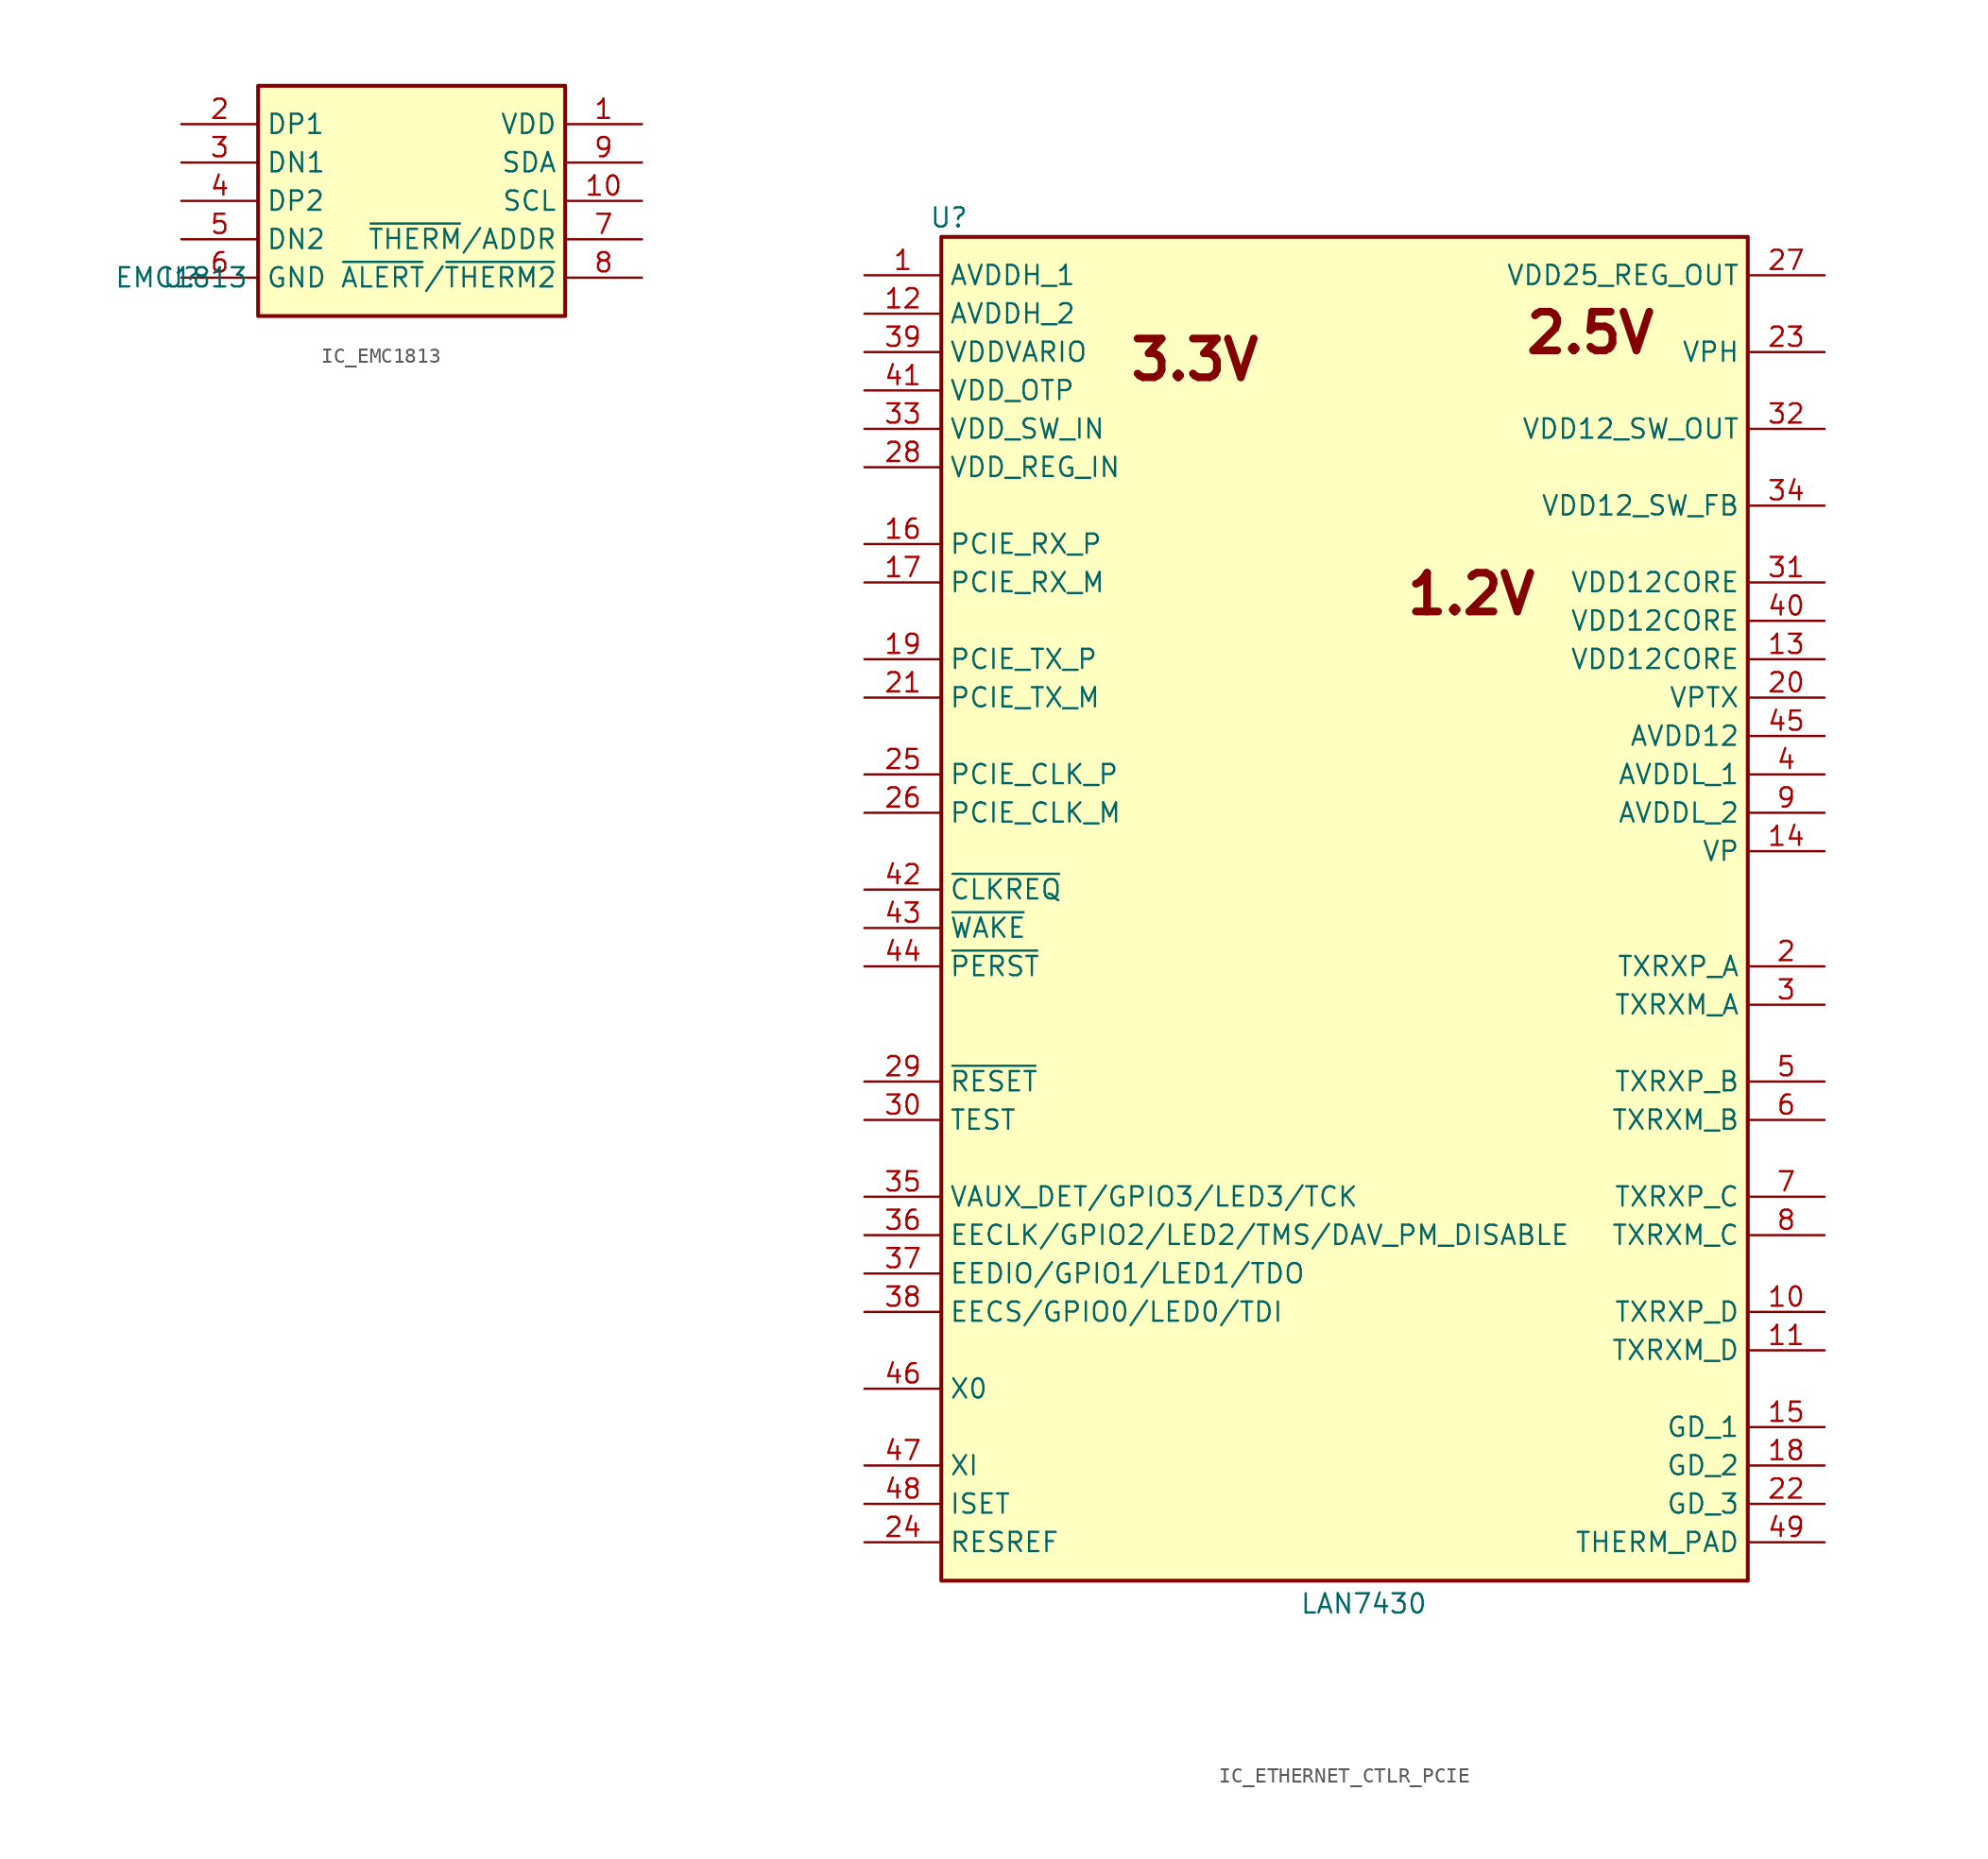
<source format=kicad_sym>
(kicad_symbol_lib
  (version 20231120)
  (generator "kicad_symbol_editor")
  (generator_version "8.0")
  (symbol "IC_EMC1813"
    (property "Reference" "U"
      (at 0 0 0)
      (effects (font (size 1.27 1.27))))
    (property "Value" "EMC1813"
      (at 0 0 0)
      (effects (font (size 1.27 1.27))))
    (symbol "IC_EMC1813_0_1"
      (rectangle (start 5.08 12.7) (end 25.4 -2.54) (stroke (width 0.254) (type default)) (fill (type background))))
    (symbol "IC_EMC1813_1_1"
      (pin power_in line (at 30.48 10.16 180) (length 5.08) (name "VDD" (effects (font (size 1.27 1.27)))) (number "1" (effects (font (size 1.27 1.27)))))
      (pin passive line (at 30.48 5.08 180) (length 5.08) (name "SCL" (effects (font (size 1.27 1.27)))) (number "10" (effects (font (size 1.27 1.27)))))
      (pin passive line (at 0 10.16 0) (length 5.08) (name "DP1" (effects (font (size 1.27 1.27)))) (number "2" (effects (font (size 1.27 1.27)))))
      (pin passive line (at 0 7.62 0) (length 5.08) (name "DN1" (effects (font (size 1.27 1.27)))) (number "3" (effects (font (size 1.27 1.27)))))
      (pin passive line (at 0 5.08 0) (length 5.08) (name "DP2" (effects (font (size 1.27 1.27)))) (number "4" (effects (font (size 1.27 1.27)))))
      (pin passive line (at 0 2.54 0) (length 5.08) (name "DN2" (effects (font (size 1.27 1.27)))) (number "5" (effects (font (size 1.27 1.27)))))
      (pin power_in line (at 0 0 0) (length 5.08) (name "GND" (effects (font (size 1.27 1.27)))) (number "6" (effects (font (size 1.27 1.27)))))
      (pin open_collector line (at 30.48 2.54 180) (length 5.08) (name "~{THERM}/ADDR" (effects (font (size 1.27 1.27)))) (number "7" (effects (font (size 1.27 1.27)))))
      (pin open_collector line (at 30.48 0 180) (length 5.08) (name "~{ALERT}/~{THERM2}" (effects (font (size 1.27 1.27)))) (number "8" (effects (font (size 1.27 1.27)))))
      (pin passive line (at 30.48 7.62 180) (length 5.08) (name "SDA" (effects (font (size 1.27 1.27)))) (number "9" (effects (font (size 1.27 1.27)))))))
  (symbol "IC_ETHERNET_CTLR_PCIE"
    (property "Reference" "U"
      (at 5.588 87.63 0)
      (effects (font (size 1.27 1.27))))
    (property "Value" "LAN7430"
      (at 33.02 -4.064 0)
      (effects (font (size 1.27 1.27))))
    (symbol "IC_ETHERNET_CTLR_PCIE_1_1"
      (rectangle (start 5.08 86.36) (end 58.42 -2.54) (stroke (width 0.254) (type default)) (fill (type background)))
      (text "1.2V" (at 40.132 62.738 0) (effects (font (size 2.56 2.56) (bold yes))))
      (text "2.5V" (at 48.006 80.01 0) (effects (font (size 2.56 2.56) (bold yes))))
      (text "3.3V" (at 21.844 78.232 0) (effects (font (size 2.56 2.56) (bold yes))))
      (pin power_in line (at 0 83.82 0) (length 5.08) (name "AVDDH_1" (effects (font (size 1.27 1.27)))) (number "1" (effects (font (size 1.27 1.27)))))
      (pin passive line (at 63.5 15.24 180) (length 5.08) (name "TXRXP_D" (effects (font (size 1.27 1.27)))) (number "10" (effects (font (size 1.27 1.27)))))
      (pin passive line (at 63.5 12.7 180) (length 5.08) (name "TXRXM_D" (effects (font (size 1.27 1.27)))) (number "11" (effects (font (size 1.27 1.27)))))
      (pin power_in line (at 0 81.28 0) (length 5.08) (name "AVDDH_2" (effects (font (size 1.27 1.27)))) (number "12" (effects (font (size 1.27 1.27)))))
      (pin passive line (at 63.5 58.42 180) (length 5.08) (name "VDD12CORE" (effects (font (size 1.27 1.27)))) (number "13" (effects (font (size 1.27 1.27)))))
      (pin passive line (at 63.5 45.72 180) (length 5.08) (name "VP" (effects (font (size 1.27 1.27)))) (number "14" (effects (font (size 1.27 1.27)))))
      (pin power_in line (at 63.5 7.62 180) (length 5.08) (name "GD_1" (effects (font (size 1.27 1.27)))) (number "15" (effects (font (size 1.27 1.27)))))
      (pin passive line (at 0 66.04 0) (length 5.08) (name "PCIE_RX_P" (effects (font (size 1.27 1.27)))) (number "16" (effects (font (size 1.27 1.27)))))
      (pin passive line (at 0 63.5 0) (length 5.08) (name "PCIE_RX_M" (effects (font (size 1.27 1.27)))) (number "17" (effects (font (size 1.27 1.27)))))
      (pin power_in line (at 63.5 5.08 180) (length 5.08) (name "GD_2" (effects (font (size 1.27 1.27)))) (number "18" (effects (font (size 1.27 1.27)))))
      (pin passive line (at 0 58.42 0) (length 5.08) (name "PCIE_TX_P" (effects (font (size 1.27 1.27)))) (number "19" (effects (font (size 1.27 1.27)))))
      (pin passive line (at 63.5 38.1 180) (length 5.08) (name "TXRXP_A" (effects (font (size 1.27 1.27)))) (number "2" (effects (font (size 1.27 1.27)))))
      (pin passive line (at 63.5 55.88 180) (length 5.08) (name "VPTX" (effects (font (size 1.27 1.27)))) (number "20" (effects (font (size 1.27 1.27)))))
      (pin passive line (at 0 55.88 0) (length 5.08) (name "PCIE_TX_M" (effects (font (size 1.27 1.27)))) (number "21" (effects (font (size 1.27 1.27)))))
      (pin power_in line (at 63.5 2.54 180) (length 5.08) (name "GD_3" (effects (font (size 1.27 1.27)))) (number "22" (effects (font (size 1.27 1.27)))))
      (pin passive line (at 63.5 78.74 180) (length 5.08) (name "VPH" (effects (font (size 1.27 1.27)))) (number "23" (effects (font (size 1.27 1.27)))))
      (pin passive line (at 0 0 0) (length 5.08) (name "RESREF" (effects (font (size 1.27 1.27)))) (number "24" (effects (font (size 1.27 1.27)))))
      (pin passive line (at 0 50.8 0) (length 5.08) (name "PCIE_CLK_P" (effects (font (size 1.27 1.27)))) (number "25" (effects (font (size 1.27 1.27)))))
      (pin passive line (at 0 48.26 0) (length 5.08) (name "PCIE_CLK_M" (effects (font (size 1.27 1.27)))) (number "26" (effects (font (size 1.27 1.27)))))
      (pin passive line (at 63.5 83.82 180) (length 5.08) (name "VDD25_REG_OUT" (effects (font (size 1.27 1.27)))) (number "27" (effects (font (size 1.27 1.27)))))
      (pin power_in line (at 0 71.12 0) (length 5.08) (name "VDD_REG_IN" (effects (font (size 1.27 1.27)))) (number "28" (effects (font (size 1.27 1.27)))))
      (pin passive line (at 0 30.48 0) (length 5.08) (name "~{RESET}" (effects (font (size 1.27 1.27)))) (number "29" (effects (font (size 1.27 1.27)))))
      (pin passive line (at 63.5 35.56 180) (length 5.08) (name "TXRXM_A" (effects (font (size 1.27 1.27)))) (number "3" (effects (font (size 1.27 1.27)))))
      (pin passive line (at 0 27.94 0) (length 5.08) (name "TEST" (effects (font (size 1.27 1.27)))) (number "30" (effects (font (size 1.27 1.27)))))
      (pin passive line (at 63.5 63.5 180) (length 5.08) (name "VDD12CORE" (effects (font (size 1.27 1.27)))) (number "31" (effects (font (size 1.27 1.27)))))
      (pin passive line (at 63.5 73.66 180) (length 5.08) (name "VDD12_SW_OUT" (effects (font (size 1.27 1.27)))) (number "32" (effects (font (size 1.27 1.27)))))
      (pin power_in line (at 0 73.66 0) (length 5.08) (name "VDD_SW_IN" (effects (font (size 1.27 1.27)))) (number "33" (effects (font (size 1.27 1.27)))))
      (pin passive line (at 63.5 68.58 180) (length 5.08) (name "VDD12_SW_FB" (effects (font (size 1.27 1.27)))) (number "34" (effects (font (size 1.27 1.27)))))
      (pin passive line (at 0 22.86 0) (length 5.08) (name "VAUX_DET/GPIO3/LED3/TCK" (effects (font (size 1.27 1.27)))) (number "35" (effects (font (size 1.27 1.27)))))
      (pin passive line (at 0 20.32 0) (length 5.08) (name "EECLK/GPIO2/LED2/TMS/DAV_PM_DISABLE" (effects (font (size 1.27 1.27)))) (number "36" (effects (font (size 1.27 1.27)))))
      (pin passive line (at 0 17.78 0) (length 5.08) (name "EEDIO/GPIO1/LED1/TDO" (effects (font (size 1.27 1.27)))) (number "37" (effects (font (size 1.27 1.27)))))
      (pin passive line (at 0 15.24 0) (length 5.08) (name "EECS/GPIO0/LED0/TDI" (effects (font (size 1.27 1.27)))) (number "38" (effects (font (size 1.27 1.27)))))
      (pin power_in line (at 0 78.74 0) (length 5.08) (name "VDDVARIO" (effects (font (size 1.27 1.27)))) (number "39" (effects (font (size 1.27 1.27)))))
      (pin passive line (at 63.5 50.8 180) (length 5.08) (name "AVDDL_1" (effects (font (size 1.27 1.27)))) (number "4" (effects (font (size 1.27 1.27)))))
      (pin passive line (at 63.5 60.96 180) (length 5.08) (name "VDD12CORE" (effects (font (size 1.27 1.27)))) (number "40" (effects (font (size 1.27 1.27)))))
      (pin power_in line (at 0 76.2 0) (length 5.08) (name "VDD_OTP" (effects (font (size 1.27 1.27)))) (number "41" (effects (font (size 1.27 1.27)))))
      (pin passive line (at 0 43.18 0) (length 5.08) (name "~{CLKREQ}" (effects (font (size 1.27 1.27)))) (number "42" (effects (font (size 1.27 1.27)))))
      (pin passive line (at 0 40.64 0) (length 5.08) (name "~{WAKE}" (effects (font (size 1.27 1.27)))) (number "43" (effects (font (size 1.27 1.27)))))
      (pin passive line (at 0 38.1 0) (length 5.08) (name "~{PERST}" (effects (font (size 1.27 1.27)))) (number "44" (effects (font (size 1.27 1.27)))))
      (pin passive line (at 63.5 53.34 180) (length 5.08) (name "AVDD12" (effects (font (size 1.27 1.27)))) (number "45" (effects (font (size 1.27 1.27)))))
      (pin passive line (at 0 10.16 0) (length 5.08) (name "X0" (effects (font (size 1.27 1.27)))) (number "46" (effects (font (size 1.27 1.27)))))
      (pin passive line (at 0 5.08 0) (length 5.08) (name "XI" (effects (font (size 1.27 1.27)))) (number "47" (effects (font (size 1.27 1.27)))))
      (pin passive line (at 0 2.54 0) (length 5.08) (name "ISET" (effects (font (size 1.27 1.27)))) (number "48" (effects (font (size 1.27 1.27)))))
      (pin power_in line (at 63.5 0 180) (length 5.08) (name "THERM_PAD" (effects (font (size 1.27 1.27)))) (number "49" (effects (font (size 1.27 1.27)))))
      (pin passive line (at 63.5 30.48 180) (length 5.08) (name "TXRXP_B" (effects (font (size 1.27 1.27)))) (number "5" (effects (font (size 1.27 1.27)))))
      (pin passive line (at 63.5 27.94 180) (length 5.08) (name "TXRXM_B" (effects (font (size 1.27 1.27)))) (number "6" (effects (font (size 1.27 1.27)))))
      (pin passive line (at 63.5 22.86 180) (length 5.08) (name "TXRXP_C" (effects (font (size 1.27 1.27)))) (number "7" (effects (font (size 1.27 1.27)))))
      (pin passive line (at 63.5 20.32 180) (length 5.08) (name "TXRXM_C" (effects (font (size 1.27 1.27)))) (number "8" (effects (font (size 1.27 1.27)))))
      (pin passive line (at 63.5 48.26 180) (length 5.08) (name "AVDDL_2" (effects (font (size 1.27 1.27)))) (number "9" (effects (font (size 1.27 1.27))))))))
</source>
